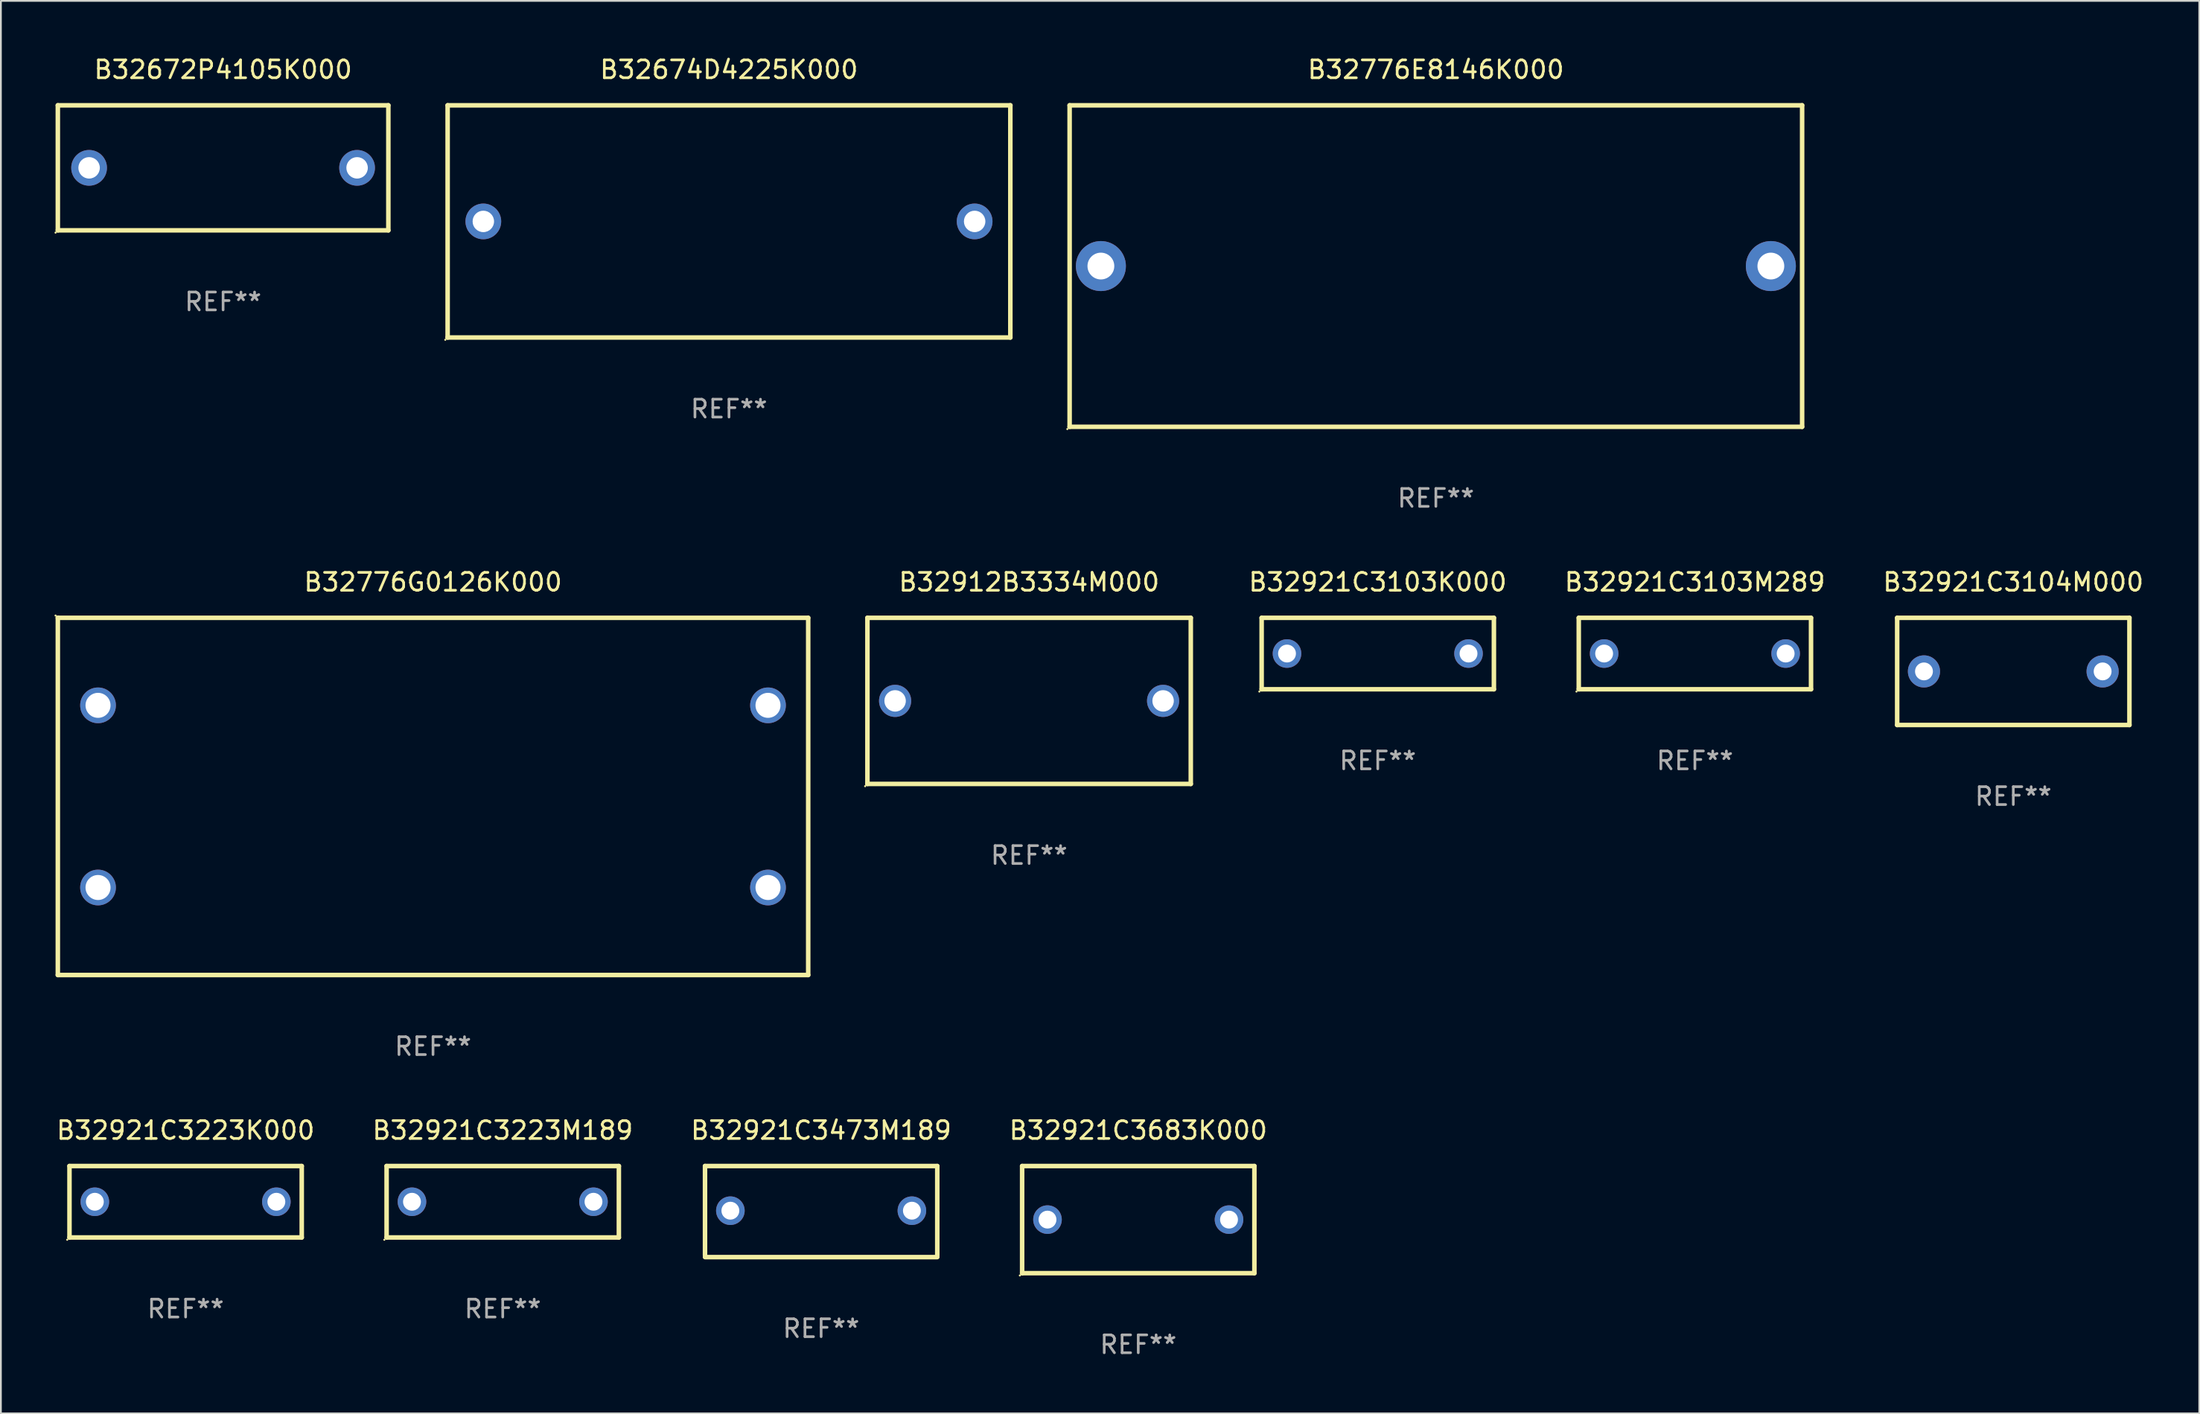
<source format=kicad_pcb>
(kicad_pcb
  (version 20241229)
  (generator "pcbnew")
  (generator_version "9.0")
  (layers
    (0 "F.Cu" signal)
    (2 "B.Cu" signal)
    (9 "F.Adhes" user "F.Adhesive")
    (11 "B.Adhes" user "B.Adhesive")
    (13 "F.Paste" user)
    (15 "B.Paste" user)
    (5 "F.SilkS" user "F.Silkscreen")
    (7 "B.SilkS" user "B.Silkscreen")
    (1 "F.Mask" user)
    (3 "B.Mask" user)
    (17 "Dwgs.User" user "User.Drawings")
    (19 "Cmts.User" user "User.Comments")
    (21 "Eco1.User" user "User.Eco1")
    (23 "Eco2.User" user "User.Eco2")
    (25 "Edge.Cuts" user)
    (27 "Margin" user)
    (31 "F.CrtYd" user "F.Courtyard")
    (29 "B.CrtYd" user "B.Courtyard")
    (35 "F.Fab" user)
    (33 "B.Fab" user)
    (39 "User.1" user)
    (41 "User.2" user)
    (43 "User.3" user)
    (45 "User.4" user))
  (footprint "B32921C3104M000"
    (layer "F.Cu")
    (at 109.639 34.545)
    (property "Reference" "B32921C3104M000" (at 0 -5 0) (layer "F.SilkS") (effects (font (size 1 1) (thickness 0.15))))
    (attr through_hole)
    (fp_line (start -6.5 -3) (end 6.5 -3) (stroke (width 0.254) (type solid)) (layer "F.SilkS"))
    (fp_line (start -6.5 3) (end -6.5 -3) (stroke (width 0.254) (type solid)) (layer "F.SilkS"))
    (fp_line (start 6.5 -3) (end 6.5 3) (stroke (width 0.254) (type solid)) (layer "F.SilkS"))
    (fp_line (start 6.5 3) (end -6.5 3) (stroke (width 0.254) (type solid)) (layer "F.SilkS"))
    (fp_circle (center -6.5 3) (end -6.47 3) (stroke (width 0.06) (type solid)) (fill no) (layer "F.SilkS"))
    (fp_text user "REF**" (at 0 7 0) (layer "F.Fab") (effects (font (size 1 1) (thickness 0.15))))
    (pad "1" thru_hole circle (at -5 0) (size 1.8 1.8) (drill 1) (layers "*.Cu" "*.Mask"))
    (pad "2" thru_hole circle (at 5 0) (size 1.8 1.8) (drill 1) (layers "*.Cu" "*.Mask")))
  (footprint "B32921C3683K000"
    (layer "F.Cu")
    (at 60.661 65.241)
    (property "Reference" "B32921C3683K000" (at 0 -5 0) (layer "F.SilkS") (effects (font (size 1 1) (thickness 0.15))))
    (attr through_hole)
    (fp_line (start -6.5 -3) (end 6.5 -3) (stroke (width 0.254) (type solid)) (layer "F.SilkS"))
    (fp_line (start -6.5 3) (end -6.5 -3) (stroke (width 0.254) (type solid)) (layer "F.SilkS"))
    (fp_line (start 6.5 -3) (end 6.5 3) (stroke (width 0.254) (type solid)) (layer "F.SilkS"))
    (fp_line (start 6.5 3) (end -6.5 3) (stroke (width 0.254) (type solid)) (layer "F.SilkS"))
    (fp_circle (center -6.627 3.127) (end -6.597 3.127) (stroke (width 0.06) (type solid)) (fill no) (layer "F.SilkS"))
    (fp_text user "REF**" (at 0 7 0) (layer "F.Fab") (effects (font (size 1 1) (thickness 0.15))))
    (pad "1" thru_hole circle (at -5.08 0) (size 1.6 1.6) (drill 1) (layers "*.Cu" "*.Mask"))
    (pad "2" thru_hole circle (at 5.08 0) (size 1.6 1.6) (drill 1) (layers "*.Cu" "*.Mask")))
  (footprint "B32921C3103M289"
    (layer "F.Cu")
    (at 91.817 33.545)
    (property "Reference" "B32921C3103M289" (at 0 -4 0) (layer "F.SilkS") (effects (font (size 1 1) (thickness 0.15))))
    (attr through_hole)
    (fp_line (start -6.5 -2) (end 6.5 -2) (stroke (width 0.254) (type solid)) (layer "F.SilkS"))
    (fp_line (start -6.5 2) (end -6.5 -2) (stroke (width 0.254) (type solid)) (layer "F.SilkS"))
    (fp_line (start 6.5 -2) (end 6.5 2) (stroke (width 0.254) (type solid)) (layer "F.SilkS"))
    (fp_line (start 6.5 2) (end -6.5 2) (stroke (width 0.254) (type solid)) (layer "F.SilkS"))
    (fp_circle (center -6.627 2.127) (end -6.597 2.127) (stroke (width 0.06) (type solid)) (fill no) (layer "F.SilkS"))
    (fp_text user "REF**" (at 0 6 0) (layer "F.Fab") (effects (font (size 1 1) (thickness 0.15))))
    (pad "1" thru_hole circle (at -5.08 0) (size 1.6 1.6) (drill 1) (layers "*.Cu" "*.Mask"))
    (pad "2" thru_hole circle (at 5.08 0) (size 1.6 1.6) (drill 1) (layers "*.Cu" "*.Mask")))
  (footprint "B32921C3103K000"
    (layer "F.Cu")
    (at 74.067 33.545)
    (property "Reference" "B32921C3103K000" (at 0 -4 0) (layer "F.SilkS") (effects (font (size 1 1) (thickness 0.15))))
    (attr through_hole)
    (fp_line (start -6.5 -2) (end 6.5 -2) (stroke (width 0.254) (type solid)) (layer "F.SilkS"))
    (fp_line (start -6.5 2) (end -6.5 -2) (stroke (width 0.254) (type solid)) (layer "F.SilkS"))
    (fp_line (start 6.5 -2) (end 6.5 2) (stroke (width 0.254) (type solid)) (layer "F.SilkS"))
    (fp_line (start 6.5 2) (end -6.5 2) (stroke (width 0.254) (type solid)) (layer "F.SilkS"))
    (fp_circle (center -6.627 2.127) (end -6.597 2.127) (stroke (width 0.06) (type solid)) (fill no) (layer "F.SilkS"))
    (fp_text user "REF**" (at 0 6 0) (layer "F.Fab") (effects (font (size 1 1) (thickness 0.15))))
    (pad "1" thru_hole circle (at -5.08 0) (size 1.6 1.6) (drill 1) (layers "*.Cu" "*.Mask"))
    (pad "2" thru_hole circle (at 5.08 0) (size 1.6 1.6) (drill 1) (layers "*.Cu" "*.Mask")))
  (footprint "B32921C3473M189"
    (layer "F.Cu")
    (at 42.911 64.791)
    (property "Reference" "B32921C3473M189" (at 0 -4.55 0) (layer "F.SilkS") (effects (font (size 1 1) (thickness 0.15))))
    (attr through_hole)
    (fp_line (start -6.5 -2.55) (end 6.5 -2.55) (stroke (width 0.254) (type solid)) (layer "F.SilkS"))
    (fp_line (start -6.5 2.45) (end -6.5 -2.55) (stroke (width 0.254) (type solid)) (layer "F.SilkS"))
    (fp_line (start 6.5 -2.55) (end 6.5 2.45) (stroke (width 0.254) (type solid)) (layer "F.SilkS"))
    (fp_line (start 6.5 2.55) (end -6.5 2.55) (stroke (width 0.254) (type solid)) (layer "F.SilkS"))
    (fp_circle (center -6.5 2.45) (end -6.47 2.45) (stroke (width 0.06) (type solid)) (fill no) (layer "F.SilkS"))
    (fp_text user "REF**" (at 0 6.55 0) (layer "F.Fab") (effects (font (size 1 1) (thickness 0.15))))
    (pad "1" thru_hole circle (at -5.08 -0.05) (size 1.6 1.6) (drill 1) (layers "*.Cu" "*.Mask"))
    (pad "2" thru_hole circle (at 5.08 -0.05) (size 1.6 1.6) (drill 1) (layers "*.Cu" "*.Mask")))
  (footprint "B32672P4105K000"
    (layer "F.Cu")
    (at 9.437 6.348)
    (property "Reference" "B32672P4105K000" (at 0 -5.5 0) (layer "F.SilkS") (effects (font (size 1 1) (thickness 0.15))))
    (attr through_hole)
    (fp_line (start -9.25 -3.5) (end 9.25 -3.5) (stroke (width 0.254) (type solid)) (layer "F.SilkS"))
    (fp_line (start -9.25 3.5) (end -9.25 -3.5) (stroke (width 0.254) (type solid)) (layer "F.SilkS"))
    (fp_line (start 9.25 -3.5) (end 9.25 3.5) (stroke (width 0.254) (type solid)) (layer "F.SilkS"))
    (fp_line (start 9.25 3.5) (end -9.25 3.5) (stroke (width 0.254) (type solid)) (layer "F.SilkS"))
    (fp_circle (center -9.377 3.627) (end -9.347 3.627) (stroke (width 0.06) (type solid)) (fill no) (layer "F.SilkS"))
    (fp_text user "REF**" (at 0 7.5 0) (layer "F.Fab") (effects (font (size 1 1) (thickness 0.15))))
    (pad "1" thru_hole circle (at -7.5 0) (size 2 2) (drill 1.2) (layers "*.Cu" "*.Mask"))
    (pad "2" thru_hole circle (at 7.5 0) (size 2 2) (drill 1.2) (layers "*.Cu" "*.Mask")))
  (footprint "B32776G0126K000"
    (layer "F.Cu")
    (at 21.187 41.545)
    (property "Reference" "B32776G0126K000" (at 0 -12 0) (layer "F.SilkS") (effects (font (size 1 1) (thickness 0.15))))
    (attr through_hole)
    (fp_line (start -21 -10) (end 21 -10) (stroke (width 0.254) (type solid)) (layer "F.SilkS"))
    (fp_line (start -21 10) (end -21 -10) (stroke (width 0.254) (type solid)) (layer "F.SilkS"))
    (fp_line (start 21 -10) (end 21 10) (stroke (width 0.254) (type solid)) (layer "F.SilkS"))
    (fp_line (start 21 10) (end -21 10) (stroke (width 0.254) (type solid)) (layer "F.SilkS"))
    (fp_circle (center -21.127 -10.127) (end -21.097 -10.127) (stroke (width 0.06) (type solid)) (fill no) (layer "F.SilkS"))
    (fp_text user "REF**" (at 0 14 0) (layer "F.Fab") (effects (font (size 1 1) (thickness 0.15))))
    (pad "1" thru_hole circle (at -18.75 -5.1) (size 2 2) (drill 1.4) (layers "*.Cu" "*.Mask"))
    (pad "2" thru_hole circle (at -18.75 5.1) (size 2 2) (drill 1.4) (layers "*.Cu" "*.Mask"))
    (pad "3" thru_hole circle (at 18.75 5.1) (size 2 2) (drill 1.4) (layers "*.Cu" "*.Mask"))
    (pad "4" thru_hole circle (at 18.75 -5.1) (size 2 2) (drill 1.4) (layers "*.Cu" "*.Mask")))
  (footprint "B32776E8146K000"
    (layer "F.Cu")
    (at 77.319 11.848)
    (property "Reference" "B32776E8146K000" (at 0 -11 0) (layer "F.SilkS") (effects (font (size 1 1) (thickness 0.15))))
    (attr through_hole)
    (fp_line (start -20.5 -9) (end 20.5 -9) (stroke (width 0.254) (type solid)) (layer "F.SilkS"))
    (fp_line (start -20.5 9) (end -20.5 -9) (stroke (width 0.254) (type solid)) (layer "F.SilkS"))
    (fp_line (start 20.5 -9) (end 20.5 9) (stroke (width 0.254) (type solid)) (layer "F.SilkS"))
    (fp_line (start 20.5 9) (end -20.5 9) (stroke (width 0.254) (type solid)) (layer "F.SilkS"))
    (fp_circle (center -20.627 9.127) (end -20.597 9.127) (stroke (width 0.06) (type solid)) (fill no) (layer "F.SilkS"))
    (fp_text user "REF**" (at 0 13 0) (layer "F.Fab") (effects (font (size 1 1) (thickness 0.15))))
    (pad "1" thru_hole circle (at -18.75 0) (size 2.8 2.8) (drill 1.5) (layers "*.Cu" "*.Mask"))
    (pad "2" thru_hole circle (at 18.75 0) (size 2.8 2.8) (drill 1.5) (layers "*.Cu" "*.Mask")))
  (footprint "B32921C3223M189"
    (layer "F.Cu")
    (at 25.089 64.241)
    (property "Reference" "B32921C3223M189" (at 0 -4 0) (layer "F.SilkS") (effects (font (size 1 1) (thickness 0.15))))
    (attr through_hole)
    (fp_line (start -6.5 -2) (end 6.5 -2) (stroke (width 0.254) (type solid)) (layer "F.SilkS"))
    (fp_line (start -6.5 2) (end -6.5 -2) (stroke (width 0.254) (type solid)) (layer "F.SilkS"))
    (fp_line (start 6.5 -2) (end 6.5 2) (stroke (width 0.254) (type solid)) (layer "F.SilkS"))
    (fp_line (start 6.5 2) (end -6.5 2) (stroke (width 0.254) (type solid)) (layer "F.SilkS"))
    (fp_circle (center -6.627 2.127) (end -6.597 2.127) (stroke (width 0.06) (type solid)) (fill no) (layer "F.SilkS"))
    (fp_text user "REF**" (at 0 6 0) (layer "F.Fab") (effects (font (size 1 1) (thickness 0.15))))
    (pad "1" thru_hole circle (at -5.08 0) (size 1.6 1.6) (drill 1) (layers "*.Cu" "*.Mask"))
    (pad "2" thru_hole circle (at 5.08 0) (size 1.6 1.6) (drill 1) (layers "*.Cu" "*.Mask")))
  (footprint "B32921C3223K000"
    (layer "F.Cu")
    (at 7.339 64.241)
    (property "Reference" "B32921C3223K000" (at 0 -4 0) (layer "F.SilkS") (effects (font (size 1 1) (thickness 0.15))))
    (attr through_hole)
    (fp_line (start -6.5 -2) (end 6.5 -2) (stroke (width 0.254) (type solid)) (layer "F.SilkS"))
    (fp_line (start -6.5 2) (end -6.5 -2) (stroke (width 0.254) (type solid)) (layer "F.SilkS"))
    (fp_line (start 6.5 -2) (end 6.5 2) (stroke (width 0.254) (type solid)) (layer "F.SilkS"))
    (fp_line (start 6.5 2) (end -6.5 2) (stroke (width 0.254) (type solid)) (layer "F.SilkS"))
    (fp_circle (center -6.627 2.127) (end -6.597 2.127) (stroke (width 0.06) (type solid)) (fill no) (layer "F.SilkS"))
    (fp_text user "REF**" (at 0 6 0) (layer "F.Fab") (effects (font (size 1 1) (thickness 0.15))))
    (pad "1" thru_hole circle (at -5.08 0) (size 1.6 1.6) (drill 1) (layers "*.Cu" "*.Mask"))
    (pad "2" thru_hole circle (at 5.08 0) (size 1.6 1.6) (drill 1) (layers "*.Cu" "*.Mask")))
  (footprint "B32674D4225K000"
    (layer "F.Cu")
    (at 37.753 9.348)
    (property "Reference" "B32674D4225K000" (at 0 -8.5 0) (layer "F.SilkS") (effects (font (size 1 1) (thickness 0.15))))
    (attr through_hole)
    (fp_line (start -15.748 -6.5) (end 15.752 -6.5) (stroke (width 0.254) (type solid)) (layer "F.SilkS"))
    (fp_line (start -15.748 6.5) (end -15.748 -6.5) (stroke (width 0.254) (type solid)) (layer "F.SilkS"))
    (fp_line (start 15.748 -6.5) (end 15.748 6.5) (stroke (width 0.254) (type solid)) (layer "F.SilkS"))
    (fp_line (start 15.748 6.5) (end -15.752 6.5) (stroke (width 0.254) (type solid)) (layer "F.SilkS"))
    (fp_circle (center -15.879 6.627) (end -15.849 6.627) (stroke (width 0.06) (type solid)) (fill no) (layer "F.SilkS"))
    (fp_text user "REF**" (at 0 10.5 0) (layer "F.Fab") (effects (font (size 1 1) (thickness 0.15))))
    (pad "1" thru_hole circle (at -13.75 0) (size 2 2) (drill 1.2) (layers "*.Cu" "*.Mask"))
    (pad "2" thru_hole circle (at 13.75 0) (size 2 2) (drill 1.2) (layers "*.Cu" "*.Mask")))
  (footprint "B32912B3334M000"
    (layer "F.Cu")
    (at 54.551 36.195)
    (property "Reference" "B32912B3334M000" (at 0 -6.65 0) (layer "F.SilkS") (effects (font (size 1 1) (thickness 0.15))))
    (attr through_hole)
    (fp_line (start -9.05 -4.65) (end 9.05 -4.65) (stroke (width 0.254) (type solid)) (layer "F.SilkS"))
    (fp_line (start -9.05 4.65) (end -9.05 -4.65) (stroke (width 0.254) (type solid)) (layer "F.SilkS"))
    (fp_line (start 9.05 -4.65) (end 9.05 4.65) (stroke (width 0.254) (type solid)) (layer "F.SilkS"))
    (fp_line (start 9.05 4.65) (end -9.05 4.65) (stroke (width 0.254) (type solid)) (layer "F.SilkS"))
    (fp_circle (center -9.177 4.777) (end -9.147 4.777) (stroke (width 0.06) (type solid)) (fill no) (layer "F.SilkS"))
    (fp_text user "REF**" (at 0 8.65 0) (layer "F.Fab") (effects (font (size 1 1) (thickness 0.15))))
    (pad "1" thru_hole circle (at -7.5 -0.000025) (size 1.8 1.8) (drill 1.2) (layers "*.Cu" "*.Mask"))
    (pad "2" thru_hole circle (at 7.5 -0.000025) (size 1.8 1.8) (drill 1.2) (layers "*.Cu" "*.Mask")))
  (gr_rect
    (start -3 -3)
    (end 120.049 76.09)
    (stroke (width 0.1) (type default))
    (fill no)
    (layer "Edge.Cuts")))
</source>
